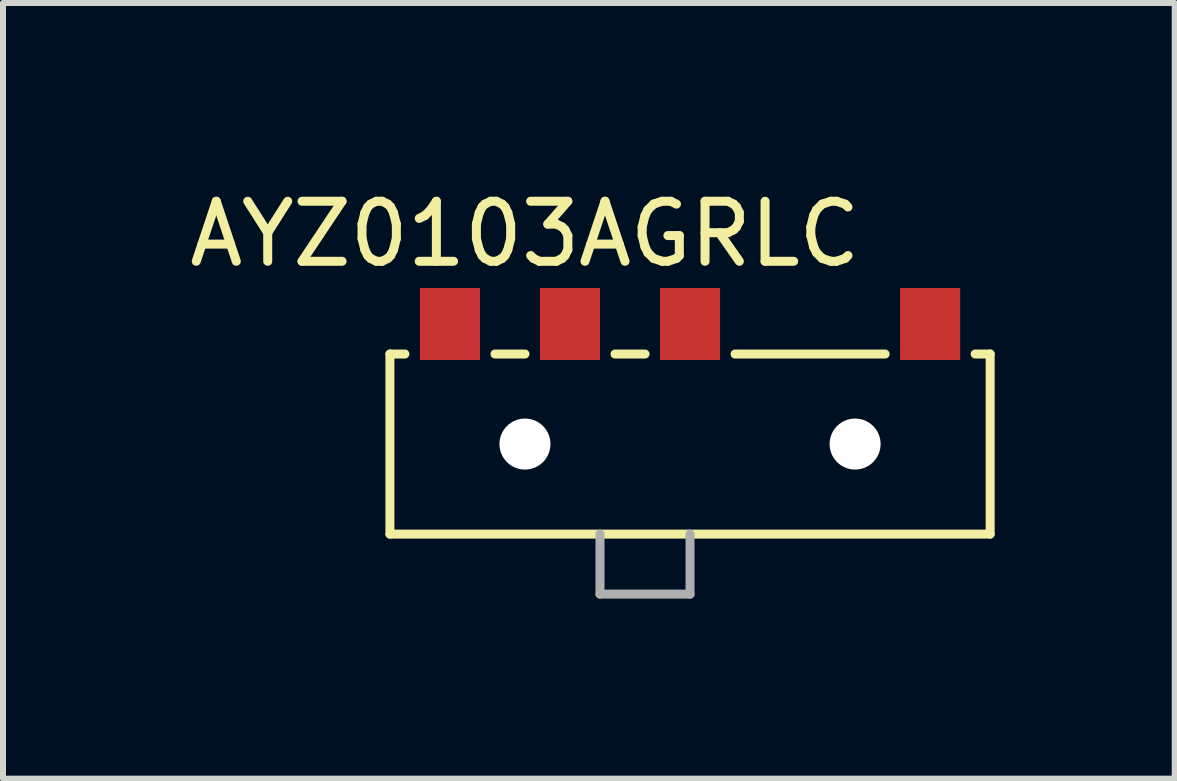
<source format=kicad_pcb>
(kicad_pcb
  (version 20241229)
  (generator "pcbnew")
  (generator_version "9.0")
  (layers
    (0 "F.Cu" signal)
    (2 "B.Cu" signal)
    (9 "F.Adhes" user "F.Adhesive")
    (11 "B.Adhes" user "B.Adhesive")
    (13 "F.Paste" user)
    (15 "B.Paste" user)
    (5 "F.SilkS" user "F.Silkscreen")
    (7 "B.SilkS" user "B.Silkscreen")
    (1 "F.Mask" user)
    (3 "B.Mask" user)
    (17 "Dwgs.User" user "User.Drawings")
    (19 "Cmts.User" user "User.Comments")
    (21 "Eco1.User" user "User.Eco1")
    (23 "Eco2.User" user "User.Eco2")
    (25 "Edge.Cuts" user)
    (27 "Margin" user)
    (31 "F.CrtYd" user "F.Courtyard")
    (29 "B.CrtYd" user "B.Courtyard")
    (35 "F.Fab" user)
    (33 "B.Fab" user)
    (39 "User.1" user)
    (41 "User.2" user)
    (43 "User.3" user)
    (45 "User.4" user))
  (footprint "AYZ0103AGRLC"
    (layer "F.Cu")
    (at 8.446 4.348)
    (property "Reference" "AYZ0103AGRLC" (at -2.75 -3.5 0) (layer "F.SilkS") (effects (font (size 1 1) (thickness 0.15))))
    (attr through_hole)
    (fp_line (start -5 -1.5) (end -5 1.5) (stroke (width 0.15) (type solid)) (layer "F.SilkS"))
    (fp_line (start -5 1.5) (end 5 1.5) (stroke (width 0.15) (type solid)) (layer "F.SilkS"))
    (fp_line (start -4.75 -1.5) (end -5 -1.5) (stroke (width 0.15) (type solid)) (layer "F.SilkS"))
    (fp_line (start -2.75 -1.5) (end -3.25 -1.5) (stroke (width 0.15) (type solid)) (layer "F.SilkS"))
    (fp_line (start -0.75 -1.5) (end -1.25 -1.5) (stroke (width 0.15) (type solid)) (layer "F.SilkS"))
    (fp_line (start 3.25 -1.5) (end 0.75 -1.5) (stroke (width 0.15) (type solid)) (layer "F.SilkS"))
    (fp_line (start 5 -1.5) (end 4.75 -1.5) (stroke (width 0.15) (type solid)) (layer "F.SilkS"))
    (fp_line (start 5 1.5) (end 5 -1.5) (stroke (width 0.15) (type solid)) (layer "F.SilkS"))
    (fp_line (start -1.5 2.5) (end -1.5 1.5) (stroke (width 0.15) (type solid)) (layer "F.Fab"))
    (fp_line (start 0 1.5) (end 0 2.5) (stroke (width 0.15) (type solid)) (layer "F.Fab"))
    (fp_line (start 0 2.5) (end -1.5 2.5) (stroke (width 0.15) (type solid)) (layer "F.Fab"))
    (pad "" np_thru_hole circle (at -2.75 0) (size 0.85 0.85) (drill 0.85) (layers "*.Cu"))
    (pad "" np_thru_hole circle (at 2.75 0) (size 0.85 0.85) (drill 0.85) (layers "*.Cu"))
    (pad "1" smd rect (at -4 -2) (size 1 1.2) (layers "F.Cu" "F.Mask" "F.Paste"))
    (pad "2" smd rect (at -2 -2) (size 1 1.2) (layers "F.Cu" "F.Mask" "F.Paste"))
    (pad "3" smd rect (at 0 -2) (size 1 1.2) (layers "F.Cu" "F.Mask" "F.Paste"))
    (pad "4" smd rect (at 4 -2) (size 1 1.2) (layers "F.Cu" "F.Mask" "F.Paste")))
  (gr_rect
    (start -3 -3)
    (end 16.521 9.923)
    (stroke (width 0.1) (type default))
    (fill no)
    (layer "Edge.Cuts")))
</source>
